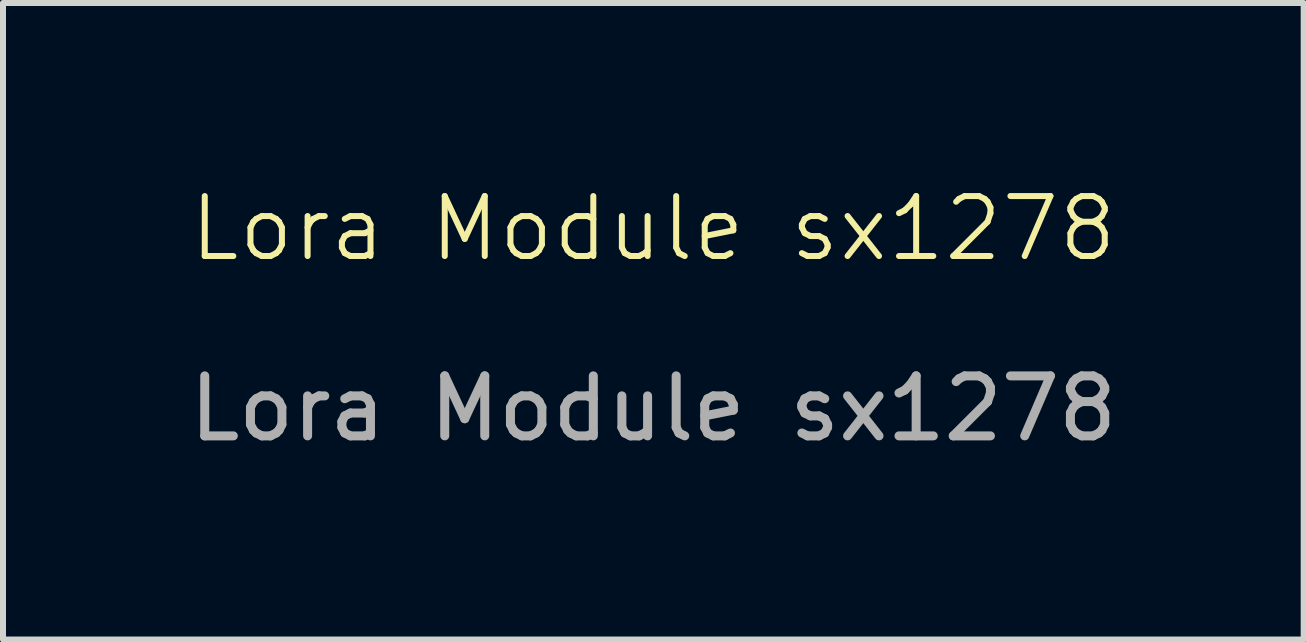
<source format=kicad_pcb>
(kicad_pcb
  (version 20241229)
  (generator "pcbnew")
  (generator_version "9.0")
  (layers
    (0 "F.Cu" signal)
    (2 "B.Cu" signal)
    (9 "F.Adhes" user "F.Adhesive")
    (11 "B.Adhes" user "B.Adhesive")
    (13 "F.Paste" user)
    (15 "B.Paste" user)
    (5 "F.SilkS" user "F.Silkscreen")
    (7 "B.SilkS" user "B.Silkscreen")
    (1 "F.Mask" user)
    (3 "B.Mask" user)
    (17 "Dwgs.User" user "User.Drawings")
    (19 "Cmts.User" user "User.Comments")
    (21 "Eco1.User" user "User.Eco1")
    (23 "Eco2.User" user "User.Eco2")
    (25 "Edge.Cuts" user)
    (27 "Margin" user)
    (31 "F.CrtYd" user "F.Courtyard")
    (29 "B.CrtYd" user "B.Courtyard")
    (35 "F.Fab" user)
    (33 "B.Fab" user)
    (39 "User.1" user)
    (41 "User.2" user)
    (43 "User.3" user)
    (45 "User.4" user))
  (footprint "Lora Module sx1278"
    (layer "F.Cu")
    (at 7.839 1.26)
    (property "Reference" "Lora Module sx1278" (at 0 -0.5 0) (unlocked yes) (layer "F.SilkS") (effects (font (size 1 1) (thickness 0.1))))
    (attr through_hole)
    (fp_text user "${REFERENCE}" (at 0 2.5 0) (unlocked yes) (layer "F.Fab") (effects (font (size 1 1) (thickness 0.15)))))
  (gr_rect
    (start -3 -3)
    (end 18.679 7.609)
    (stroke (width 0.1) (type default))
    (fill no)
    (layer "Edge.Cuts")))
</source>
